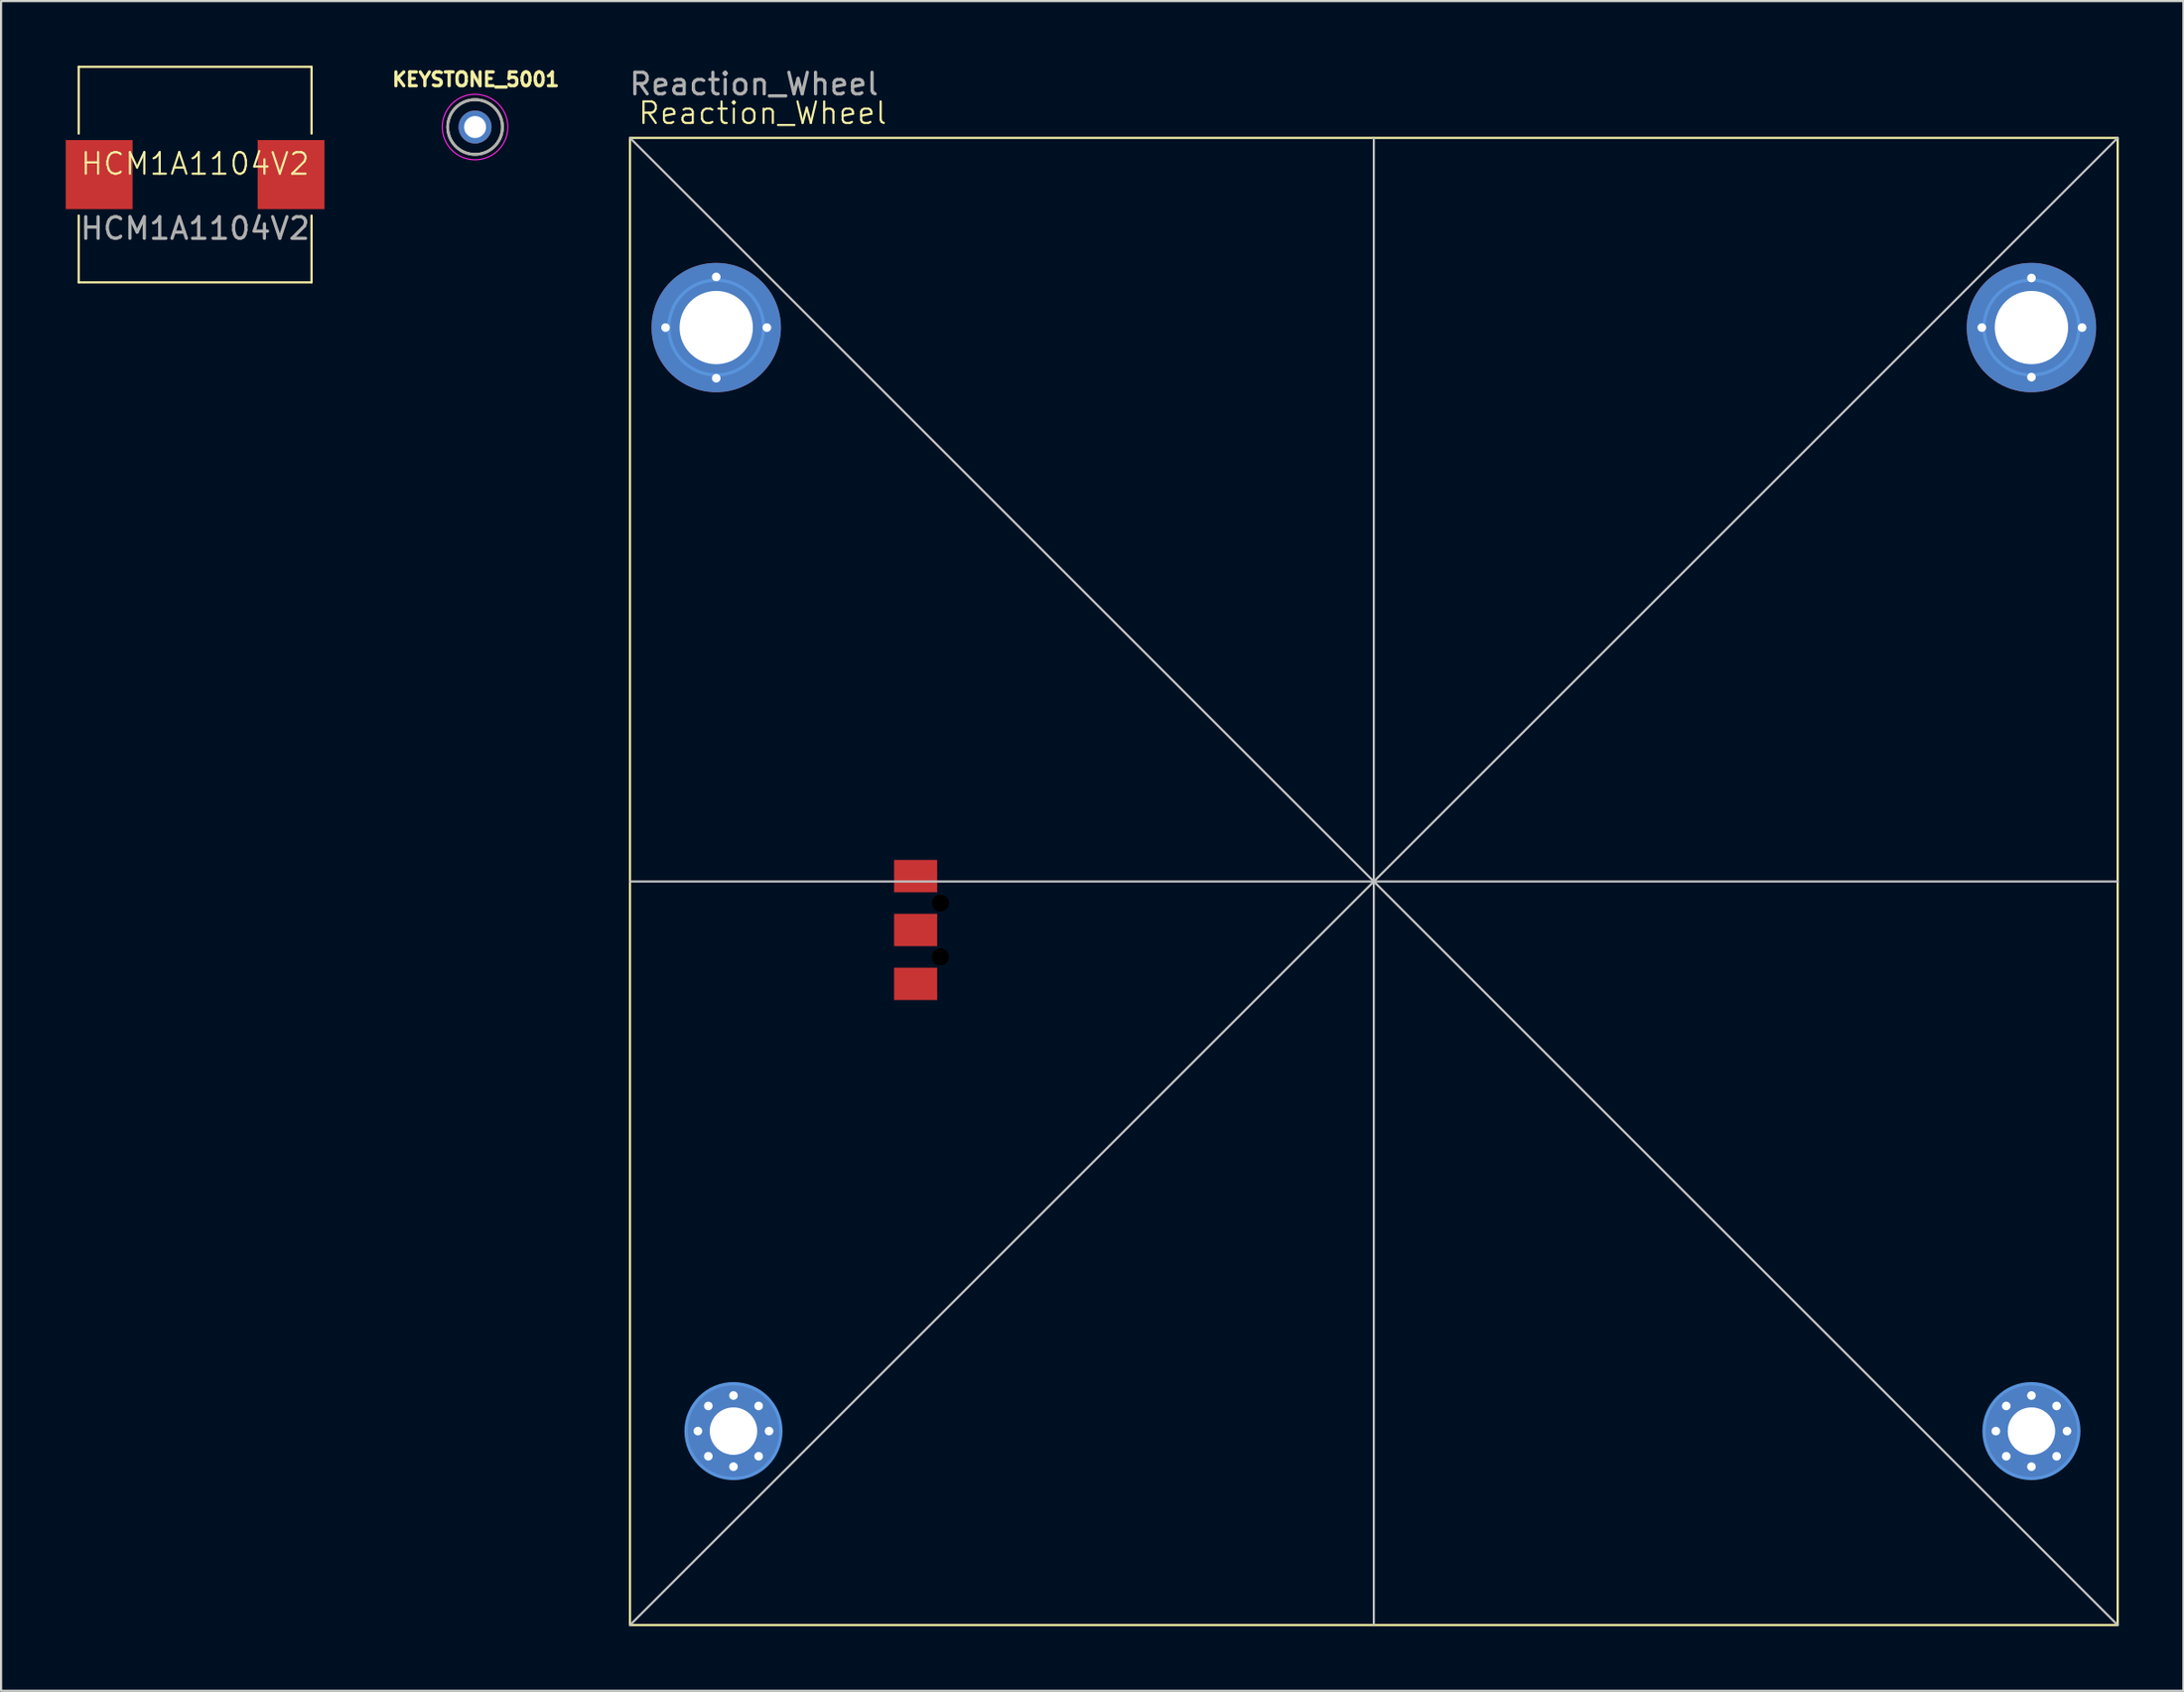
<source format=kicad_pcb>
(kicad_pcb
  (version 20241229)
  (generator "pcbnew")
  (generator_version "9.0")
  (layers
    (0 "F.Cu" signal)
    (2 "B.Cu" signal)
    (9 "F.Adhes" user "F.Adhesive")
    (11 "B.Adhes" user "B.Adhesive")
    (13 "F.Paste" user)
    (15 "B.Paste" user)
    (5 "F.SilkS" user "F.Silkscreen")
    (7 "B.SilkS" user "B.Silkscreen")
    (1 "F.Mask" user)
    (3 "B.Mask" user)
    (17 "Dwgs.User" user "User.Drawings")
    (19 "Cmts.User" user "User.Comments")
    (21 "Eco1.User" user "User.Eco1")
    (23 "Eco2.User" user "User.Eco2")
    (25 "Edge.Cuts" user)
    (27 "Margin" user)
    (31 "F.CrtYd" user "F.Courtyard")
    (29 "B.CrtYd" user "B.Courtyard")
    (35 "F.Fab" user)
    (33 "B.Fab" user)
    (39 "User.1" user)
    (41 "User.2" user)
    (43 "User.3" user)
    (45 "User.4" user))
  (footprint "KEYSTONE_5001"
    (layer "F.Cu")
    (at 18.984 2.844)
    (property "Reference" "KEYSTONE_5001" (at 0.032 -2.206 0) (layer "F.SilkS") (effects (font (size 0.64 0.64) (thickness 0.15))))
    (attr through_hole)
    (fp_circle (center 0 0) (end 1.27 0) (stroke (width 0.127) (type solid)) (fill no) (layer "F.SilkS"))
    (fp_circle (center 0 0) (end 1.52 0) (stroke (width 0.05) (type solid)) (fill no) (layer "F.CrtYd"))
    (fp_circle (center 0 0) (end 1.27 0) (stroke (width 0.127) (type solid)) (fill no) (layer "F.Fab"))
    (pad "TP" thru_hole circle (at 0 0) (size 1.53 1.53) (drill 1.02) (layers "*.Cu" "*.Mask")))
  (footprint "Reaction_Wheel"
    (layer "F.Cu")
    (at 60.669 37.848)
    (property "Reference" "Reaction_Wheel" (at -28.35 -35.65 0) (unlocked yes) (layer "F.SilkS") (effects (font (size 1 1) (thickness 0.1))))
    (attr smd)
    (fp_rect (start -34.5 -34.5) (end 34.5 34.5) (stroke (width 0.1) (type default)) (fill no) (layer "F.SilkS"))
    (fp_line (start -34.5 0) (end 34.5 0) (stroke (width 0.1) (type default)) (layer "Dwgs.User"))
    (fp_line (start 0 34.5) (end 0 -34.5) (stroke (width 0.1) (type default)) (layer "Dwgs.User"))
    (fp_circle (center -30.5 -25.7) (end -28.3 -25.7) (stroke (width 0.15) (type solid)) (fill no) (layer "Cmts.User"))
    (fp_circle (center -29.7 25.5) (end -27.5 25.5) (stroke (width 0.15) (type solid)) (fill no) (layer "Cmts.User"))
    (fp_circle (center 30.5 -25.7) (end 32.7 -25.7) (stroke (width 0.15) (type solid)) (fill no) (layer "Cmts.User"))
    (fp_circle (center 30.5 25.5) (end 32.7 25.5) (stroke (width 0.15) (type solid)) (fill no) (layer "Cmts.User"))
    (fp_text user "${REFERENCE}" (at -28.75 -37 0) (unlocked yes) (layer "F.Fab") (effects (font (size 1 1) (thickness 0.15))))
    (dimension (type center) (layer "Dwgs.User") (pts (xy 60.669 37.848) (xy 95.169 72.348)) (style (thickness 0.1) (arrow_length 1.27) (text_position_mode 0) (extension_offset 0.5) (keep_text_aligned yes)))
    (pad "" np_thru_hole circle (at -20.1 1 90) (size 0.8 0.8) (drill 0.8) (layers "*.Mask"))
    (pad "" np_thru_hole circle (at -20.1 3.5 90) (size 0.8 0.8) (drill 0.8) (layers "*.Mask"))
    (pad "1" smd rect (at -21.25 4.75 90) (size 1.5 2) (layers "F.Cu" "F.Mask" "F.Paste"))
    (pad "2" smd rect (at -21.25 2.25 90) (size 1.5 2) (layers "F.Cu" "F.Mask" "F.Paste"))
    (pad "3" smd rect (at -21.25 -0.25 90) (size 1.5 2) (layers "F.Cu" "F.Mask" "F.Paste"))
    (pad "4" thru_hole circle (at -32.85 -25.7) (size 0.7 0.7) (drill 0.4) (layers "*.Cu" "*.Mask"))
    (pad "4" thru_hole circle (at -30.5 -28.05) (size 0.7 0.7) (drill 0.4) (layers "*.Cu" "*.Mask"))
    (pad "4" thru_hole circle (at -30.5 -25.7) (size 6 6) (drill 3.4) (layers "*.Cu" "*.Mask"))
    (pad "4" thru_hole circle (at -30.5 -23.35) (size 0.7 0.7) (drill 0.4) (layers "*.Cu" "*.Mask"))
    (pad "4" thru_hole circle (at -28.15 -25.7) (size 0.7 0.7) (drill 0.4) (layers "*.Cu" "*.Mask"))
    (pad "5" thru_hole circle (at 28.2 -25.7) (size 0.7 0.7) (drill 0.4) (layers "*.Cu" "*.Mask"))
    (pad "5" thru_hole circle (at 30.5 -28) (size 0.7 0.7) (drill 0.4) (layers "*.Cu" "*.Mask"))
    (pad "5" thru_hole circle (at 30.5 -25.7) (size 6 6) (drill 3.4) (layers "*.Cu" "*.Mask"))
    (pad "5" thru_hole circle (at 30.5 -23.4) (size 0.7 0.7) (drill 0.4) (layers "*.Cu" "*.Mask"))
    (pad "5" thru_hole circle (at 32.85 -25.7) (size 0.7 0.7) (drill 0.4) (layers "*.Cu" "*.Mask"))
    (pad "6" thru_hole circle (at -31.35 25.5) (size 0.7 0.7) (drill 0.4) (layers "*.Cu" "*.Mask"))
    (pad "6" thru_hole circle (at -30.867 24.333) (size 0.7 0.7) (drill 0.4) (layers "*.Cu" "*.Mask"))
    (pad "6" thru_hole circle (at -30.867 26.667) (size 0.7 0.7) (drill 0.4) (layers "*.Cu" "*.Mask"))
    (pad "6" thru_hole circle (at -29.7 23.85) (size 0.7 0.7) (drill 0.4) (layers "*.Cu" "*.Mask"))
    (pad "6" thru_hole circle (at -29.7 25.5) (size 4.4 4.4) (drill 2.2) (layers "*.Cu" "*.Mask"))
    (pad "6" thru_hole circle (at -29.7 27.15) (size 0.7 0.7) (drill 0.4) (layers "*.Cu" "*.Mask"))
    (pad "6" thru_hole circle (at -28.533 24.333) (size 0.7 0.7) (drill 0.4) (layers "*.Cu" "*.Mask"))
    (pad "6" thru_hole circle (at -28.533 26.667) (size 0.7 0.7) (drill 0.4) (layers "*.Cu" "*.Mask"))
    (pad "6" thru_hole circle (at -28.05 25.5) (size 0.7 0.7) (drill 0.4) (layers "*.Cu" "*.Mask"))
    (pad "7" thru_hole circle (at 28.85 25.5) (size 0.7 0.7) (drill 0.4) (layers "*.Cu" "*.Mask"))
    (pad "7" thru_hole circle (at 29.333 24.333) (size 0.7 0.7) (drill 0.4) (layers "*.Cu" "*.Mask"))
    (pad "7" thru_hole circle (at 29.333 26.667) (size 0.7 0.7) (drill 0.4) (layers "*.Cu" "*.Mask"))
    (pad "7" thru_hole circle (at 30.5 23.85) (size 0.7 0.7) (drill 0.4) (layers "*.Cu" "*.Mask"))
    (pad "7" thru_hole circle (at 30.5 25.5) (size 4.4 4.4) (drill 2.2) (layers "*.Cu" "*.Mask"))
    (pad "7" thru_hole circle (at 30.5 27.15) (size 0.7 0.7) (drill 0.4) (layers "*.Cu" "*.Mask"))
    (pad "7" thru_hole circle (at 31.667 24.333) (size 0.7 0.7) (drill 0.4) (layers "*.Cu" "*.Mask"))
    (pad "7" thru_hole circle (at 31.667 26.667) (size 0.7 0.7) (drill 0.4) (layers "*.Cu" "*.Mask"))
    (pad "7" thru_hole circle (at 32.15 25.5) (size 0.7 0.7) (drill 0.4) (layers "*.Cu" "*.Mask")))
  (footprint "HCM1A1104V2"
    (layer "F.Cu")
    (at 6 5.05)
    (property "Reference" "HCM1A1104V2" (at 0 -0.5 0) (unlocked yes) (layer "F.SilkS") (effects (font (size 1 1) (thickness 0.1))))
    (attr smd)
    (fp_line (start -5.4 -5) (end 5.4 -5) (stroke (width 0.1) (type default)) (layer "F.SilkS"))
    (fp_line (start -5.4 -1.9) (end -5.4 -5) (stroke (width 0.1) (type default)) (layer "F.SilkS"))
    (fp_line (start -5.4 1.9) (end -5.4 5) (stroke (width 0.1) (type default)) (layer "F.SilkS"))
    (fp_line (start -5.4 5) (end 5.4 5) (stroke (width 0.1) (type default)) (layer "F.SilkS"))
    (fp_line (start 5.4 -5) (end 5.4 -1.9) (stroke (width 0.1) (type default)) (layer "F.SilkS"))
    (fp_line (start 5.4 5) (end 5.4 1.9) (stroke (width 0.1) (type default)) (layer "F.SilkS"))
    (fp_text user "${REFERENCE}" (at 0 2.5 0) (unlocked yes) (layer "F.Fab") (effects (font (size 1 1) (thickness 0.15))))
    (pad "1" smd rect (at -4.45 0) (size 3.1 3.2) (layers "F.Cu" "F.Mask" "F.Paste"))
    (pad "2" smd rect (at 4.45 0) (size 3.1 3.2) (layers "F.Cu" "F.Mask" "F.Paste")))
  (gr_rect
    (start -3 -3)
    (end 98.219 75.398)
    (stroke (width 0.1) (type default))
    (fill no)
    (layer "Edge.Cuts")))
</source>
